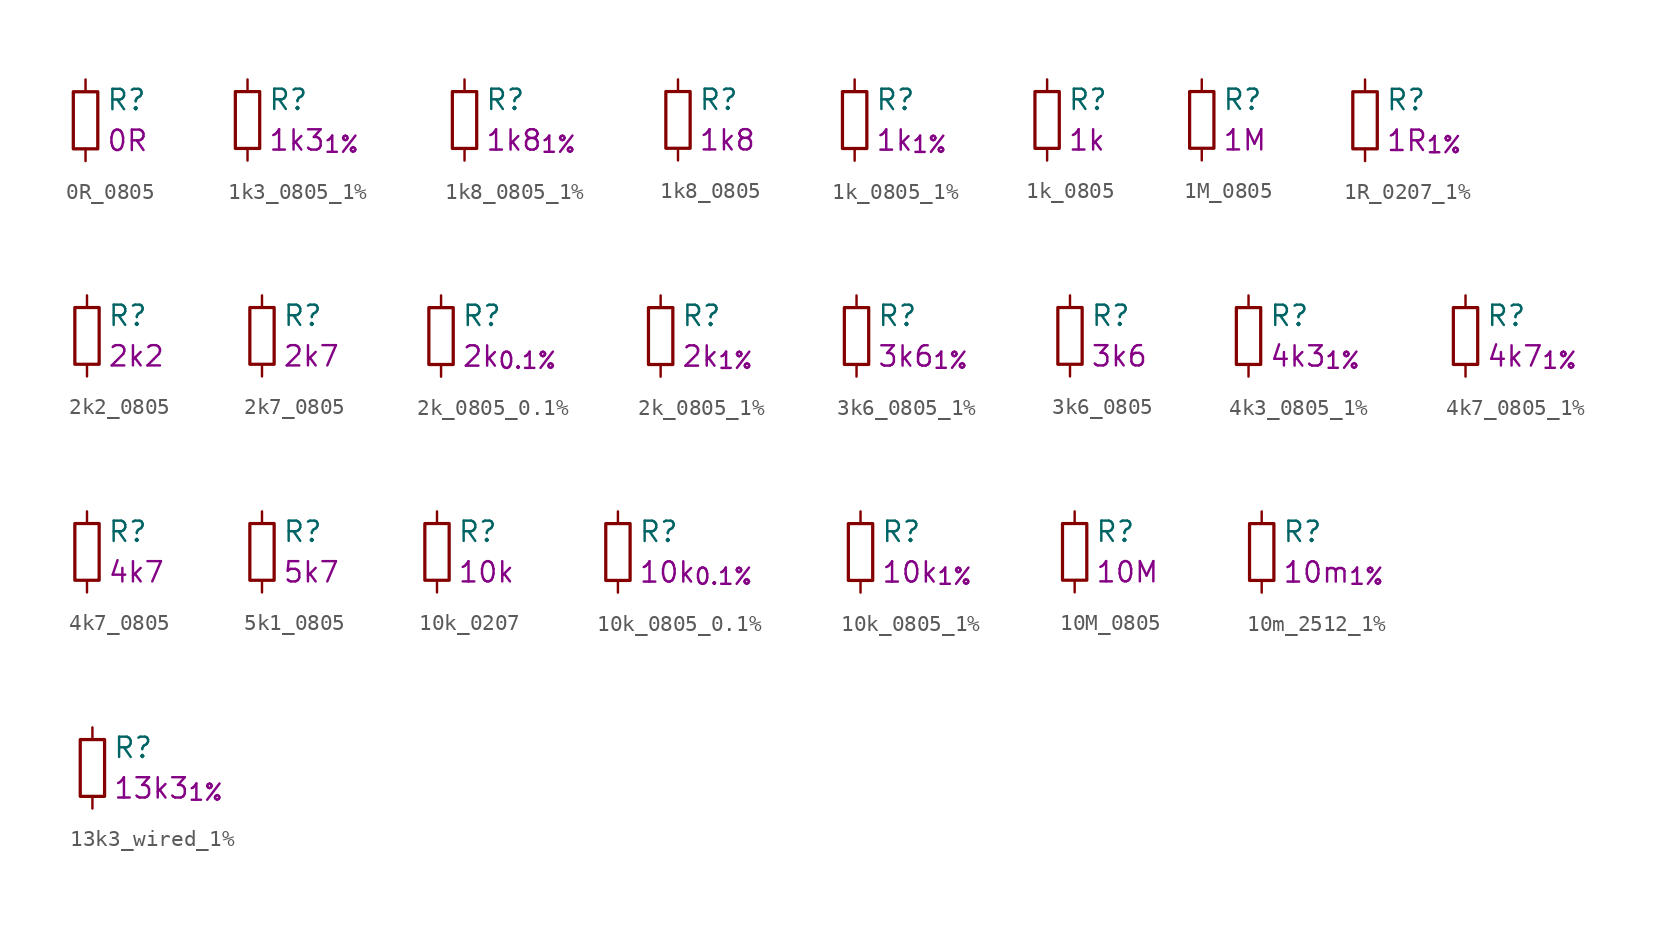
<source format=kicad_sym>
(kicad_symbol_lib
  (version 20241209)
  (generator "kicad_symbol_editor")
  (generator_version "9.0")
  (symbol "0R_0805"
    (pin_numbers
      (hide yes))
    (pin_names
      (offset 0.254)
      (hide yes))
    (property "Reference" "R"
      (at 1.27 1.27 0)
      (effects (font (size 1.27 1.27)) (justify left)))
    (property "Value_" "0R"
      (at 1.27 -1.27 0)
      (effects (font (size 1.27 1.27)) (justify left)))
    (symbol "0R_0805_0_1"
      (rectangle (start -0.762 1.778) (end 0.762 -1.778) (stroke (width 0.203) (type default)) (fill (type none))))
    (symbol "0R_0805_1_1"
      (pin passive line (at 0 2.54 270) (length 0.762) (name "~" (effects (font (size 1.27 1.27)))) (number "1" (effects (font (size 1.27 1.27)))))
      (pin passive line (at 0 -2.54 90) (length 0.762) (name "~" (effects (font (size 1.27 1.27)))) (number "2" (effects (font (size 1.27 1.27)))))))
  (symbol "1k3_0805_1%"
    (pin_numbers
      (hide yes))
    (pin_names
      (offset 0.254)
      (hide yes))
    (property "Reference" "R"
      (at 1.27 1.27 0)
      (effects (font (size 1.27 1.27)) (justify left)))
    (property "Value_" "1k3_{1%}"
      (at 1.27 -1.27 0)
      (effects (font (size 1.27 1.27)) (justify left)))
    (symbol "1k3_0805_1%_0_1"
      (rectangle (start -0.762 1.778) (end 0.762 -1.778) (stroke (width 0.203) (type default)) (fill (type none))))
    (symbol "1k3_0805_1%_1_1"
      (pin passive line (at 0 2.54 270) (length 0.762) (name "~" (effects (font (size 1.27 1.27)))) (number "1" (effects (font (size 1.27 1.27)))))
      (pin passive line (at 0 -2.54 90) (length 0.762) (name "~" (effects (font (size 1.27 1.27)))) (number "2" (effects (font (size 1.27 1.27)))))))
  (symbol "1k8_0805_1%"
    (pin_numbers
      (hide yes))
    (pin_names
      (offset 0.254)
      (hide yes))
    (property "Reference" "R"
      (at 1.27 1.27 0)
      (effects (font (size 1.27 1.27)) (justify left)))
    (property "Value_" "1k8_{1%}"
      (at 1.27 -1.27 0)
      (effects (font (size 1.27 1.27)) (justify left)))
    (symbol "1k8_0805_1%_0_1"
      (rectangle (start -0.762 1.778) (end 0.762 -1.778) (stroke (width 0.203) (type default)) (fill (type none))))
    (symbol "1k8_0805_1%_1_1"
      (pin passive line (at 0 2.54 270) (length 0.762) (name "~" (effects (font (size 1.27 1.27)))) (number "1" (effects (font (size 1.27 1.27)))))
      (pin passive line (at 0 -2.54 90) (length 0.762) (name "~" (effects (font (size 1.27 1.27)))) (number "2" (effects (font (size 1.27 1.27)))))))
  (symbol "1k8_0805"
    (pin_numbers
      (hide yes))
    (pin_names
      (offset 0.254)
      (hide yes))
    (property "Reference" "R"
      (at 1.27 1.27 0)
      (effects (font (size 1.27 1.27)) (justify left)))
    (property "Value_" "1k8"
      (at 1.27 -1.27 0)
      (effects (font (size 1.27 1.27)) (justify left)))
    (symbol "1k8_0805_0_1"
      (rectangle (start -0.762 1.778) (end 0.762 -1.778) (stroke (width 0.203) (type default)) (fill (type none))))
    (symbol "1k8_0805_1_1"
      (pin passive line (at 0 2.54 270) (length 0.762) (name "~" (effects (font (size 1.27 1.27)))) (number "1" (effects (font (size 1.27 1.27)))))
      (pin passive line (at 0 -2.54 90) (length 0.762) (name "~" (effects (font (size 1.27 1.27)))) (number "2" (effects (font (size 1.27 1.27)))))))
  (symbol "1k_0805_1%"
    (pin_numbers
      (hide yes))
    (pin_names
      (offset 0.254)
      (hide yes))
    (property "Reference" "R"
      (at 1.27 1.27 0)
      (effects (font (size 1.27 1.27)) (justify left)))
    (property "Value_" "1k_{1%}"
      (at 1.27 -1.27 0)
      (effects (font (size 1.27 1.27)) (justify left)))
    (symbol "1k_0805_1%_0_1"
      (rectangle (start -0.762 1.778) (end 0.762 -1.778) (stroke (width 0.203) (type default)) (fill (type none))))
    (symbol "1k_0805_1%_1_1"
      (pin passive line (at 0 2.54 270) (length 0.762) (name "~" (effects (font (size 1.27 1.27)))) (number "1" (effects (font (size 1.27 1.27)))))
      (pin passive line (at 0 -2.54 90) (length 0.762) (name "~" (effects (font (size 1.27 1.27)))) (number "2" (effects (font (size 1.27 1.27)))))))
  (symbol "1k_0805"
    (pin_numbers
      (hide yes))
    (pin_names
      (offset 0.254)
      (hide yes))
    (property "Reference" "R"
      (at 1.27 1.27 0)
      (effects (font (size 1.27 1.27)) (justify left)))
    (property "Value_" "1k"
      (at 1.27 -1.27 0)
      (effects (font (size 1.27 1.27)) (justify left)))
    (symbol "1k_0805_0_1"
      (rectangle (start -0.762 1.778) (end 0.762 -1.778) (stroke (width 0.203) (type default)) (fill (type none))))
    (symbol "1k_0805_1_1"
      (pin passive line (at 0 2.54 270) (length 0.762) (name "~" (effects (font (size 1.27 1.27)))) (number "1" (effects (font (size 1.27 1.27)))))
      (pin passive line (at 0 -2.54 90) (length 0.762) (name "~" (effects (font (size 1.27 1.27)))) (number "2" (effects (font (size 1.27 1.27)))))))
  (symbol "1M_0805"
    (pin_numbers
      (hide yes))
    (pin_names
      (offset 0.254)
      (hide yes))
    (property "Reference" "R"
      (at 1.27 1.27 0)
      (effects (font (size 1.27 1.27)) (justify left)))
    (property "Value_" "1M"
      (at 1.27 -1.27 0)
      (effects (font (size 1.27 1.27)) (justify left)))
    (symbol "1M_0805_0_1"
      (rectangle (start -0.762 1.778) (end 0.762 -1.778) (stroke (width 0.203) (type default)) (fill (type none))))
    (symbol "1M_0805_1_1"
      (pin passive line (at 0 2.54 270) (length 0.762) (name "~" (effects (font (size 1.27 1.27)))) (number "1" (effects (font (size 1.27 1.27)))))
      (pin passive line (at 0 -2.54 90) (length 0.762) (name "~" (effects (font (size 1.27 1.27)))) (number "2" (effects (font (size 1.27 1.27)))))))
  (symbol "1R_0207_1%"
    (pin_numbers
      (hide yes))
    (pin_names
      (offset 0.254)
      (hide yes))
    (property "Reference" "R"
      (at 1.27 1.27 0)
      (effects (font (size 1.27 1.27)) (justify left)))
    (property "Value_" "1R_{1%}"
      (at 1.27 -1.27 0)
      (effects (font (size 1.27 1.27)) (justify left)))
    (symbol "1R_0207_1%_0_1"
      (rectangle (start -0.762 1.778) (end 0.762 -1.778) (stroke (width 0.203) (type default)) (fill (type none))))
    (symbol "1R_0207_1%_1_1"
      (pin passive line (at 0 2.54 270) (length 0.762) (name "~" (effects (font (size 1.27 1.27)))) (number "1" (effects (font (size 1.27 1.27)))))
      (pin passive line (at 0 -2.54 90) (length 0.762) (name "~" (effects (font (size 1.27 1.27)))) (number "2" (effects (font (size 1.27 1.27)))))))
  (symbol "2k2_0805"
    (pin_numbers
      (hide yes))
    (pin_names
      (offset 0.254)
      (hide yes))
    (property "Reference" "R"
      (at 1.27 1.27 0)
      (effects (font (size 1.27 1.27)) (justify left)))
    (property "Value_" "2k2"
      (at 1.27 -1.27 0)
      (effects (font (size 1.27 1.27)) (justify left)))
    (symbol "2k2_0805_0_1"
      (rectangle (start -0.762 1.778) (end 0.762 -1.778) (stroke (width 0.203) (type default)) (fill (type none))))
    (symbol "2k2_0805_1_1"
      (pin passive line (at 0 2.54 270) (length 0.762) (name "~" (effects (font (size 1.27 1.27)))) (number "1" (effects (font (size 1.27 1.27)))))
      (pin passive line (at 0 -2.54 90) (length 0.762) (name "~" (effects (font (size 1.27 1.27)))) (number "2" (effects (font (size 1.27 1.27)))))))
  (symbol "2k7_0805"
    (pin_numbers
      (hide yes))
    (pin_names
      (offset 0.254)
      (hide yes))
    (property "Reference" "R"
      (at 1.27 1.27 0)
      (effects (font (size 1.27 1.27)) (justify left)))
    (property "Value_" "2k7"
      (at 1.27 -1.27 0)
      (effects (font (size 1.27 1.27)) (justify left)))
    (symbol "2k7_0805_0_1"
      (rectangle (start -0.762 1.778) (end 0.762 -1.778) (stroke (width 0.203) (type default)) (fill (type none))))
    (symbol "2k7_0805_1_1"
      (pin passive line (at 0 2.54 270) (length 0.762) (name "~" (effects (font (size 1.27 1.27)))) (number "1" (effects (font (size 1.27 1.27)))))
      (pin passive line (at 0 -2.54 90) (length 0.762) (name "~" (effects (font (size 1.27 1.27)))) (number "2" (effects (font (size 1.27 1.27)))))))
  (symbol "2k_0805_0.1%"
    (pin_numbers
      (hide yes))
    (pin_names
      (offset 0.254)
      (hide yes))
    (property "Reference" "R"
      (at 1.27 1.27 0)
      (effects (font (size 1.27 1.27)) (justify left)))
    (property "Value_" "2k_{0.1%}"
      (at 1.27 -1.27 0)
      (effects (font (size 1.27 1.27)) (justify left)))
    (symbol "2k_0805_0.1%_0_1"
      (rectangle (start -0.762 1.778) (end 0.762 -1.778) (stroke (width 0.203) (type default)) (fill (type none))))
    (symbol "2k_0805_0.1%_1_1"
      (pin passive line (at 0 2.54 270) (length 0.762) (name "~" (effects (font (size 1.27 1.27)))) (number "1" (effects (font (size 1.27 1.27)))))
      (pin passive line (at 0 -2.54 90) (length 0.762) (name "~" (effects (font (size 1.27 1.27)))) (number "2" (effects (font (size 1.27 1.27)))))))
  (symbol "2k_0805_1%"
    (pin_numbers
      (hide yes))
    (pin_names
      (offset 0.254)
      (hide yes))
    (property "Reference" "R"
      (at 1.27 1.27 0)
      (effects (font (size 1.27 1.27)) (justify left)))
    (property "Value_" "2k_{1%}"
      (at 1.27 -1.27 0)
      (effects (font (size 1.27 1.27)) (justify left)))
    (symbol "2k_0805_1%_0_1"
      (rectangle (start -0.762 1.778) (end 0.762 -1.778) (stroke (width 0.203) (type default)) (fill (type none))))
    (symbol "2k_0805_1%_1_1"
      (pin passive line (at 0 2.54 270) (length 0.762) (name "~" (effects (font (size 1.27 1.27)))) (number "1" (effects (font (size 1.27 1.27)))))
      (pin passive line (at 0 -2.54 90) (length 0.762) (name "~" (effects (font (size 1.27 1.27)))) (number "2" (effects (font (size 1.27 1.27)))))))
  (symbol "3k6_0805_1%"
    (pin_numbers
      (hide yes))
    (pin_names
      (offset 0.254)
      (hide yes))
    (property "Reference" "R"
      (at 1.27 1.27 0)
      (effects (font (size 1.27 1.27)) (justify left)))
    (property "Value_" "3k6_{1%}"
      (at 1.27 -1.27 0)
      (effects (font (size 1.27 1.27)) (justify left)))
    (symbol "3k6_0805_1%_0_1"
      (rectangle (start -0.762 1.778) (end 0.762 -1.778) (stroke (width 0.203) (type default)) (fill (type none))))
    (symbol "3k6_0805_1%_1_1"
      (pin passive line (at 0 2.54 270) (length 0.762) (name "~" (effects (font (size 1.27 1.27)))) (number "1" (effects (font (size 1.27 1.27)))))
      (pin passive line (at 0 -2.54 90) (length 0.762) (name "~" (effects (font (size 1.27 1.27)))) (number "2" (effects (font (size 1.27 1.27)))))))
  (symbol "3k6_0805"
    (pin_numbers
      (hide yes))
    (pin_names
      (offset 0.254)
      (hide yes))
    (property "Reference" "R"
      (at 1.27 1.27 0)
      (effects (font (size 1.27 1.27)) (justify left)))
    (property "Value_" "3k6"
      (at 1.27 -1.27 0)
      (effects (font (size 1.27 1.27)) (justify left)))
    (symbol "3k6_0805_0_1"
      (rectangle (start -0.762 1.778) (end 0.762 -1.778) (stroke (width 0.203) (type default)) (fill (type none))))
    (symbol "3k6_0805_1_1"
      (pin passive line (at 0 2.54 270) (length 0.762) (name "~" (effects (font (size 1.27 1.27)))) (number "1" (effects (font (size 1.27 1.27)))))
      (pin passive line (at 0 -2.54 90) (length 0.762) (name "~" (effects (font (size 1.27 1.27)))) (number "2" (effects (font (size 1.27 1.27)))))))
  (symbol "4k3_0805_1%"
    (pin_numbers
      (hide yes))
    (pin_names
      (offset 0.254)
      (hide yes))
    (property "Reference" "R"
      (at 1.27 1.27 0)
      (effects (font (size 1.27 1.27)) (justify left)))
    (property "Value_" "4k3_{1%}"
      (at 1.27 -1.27 0)
      (effects (font (size 1.27 1.27)) (justify left)))
    (symbol "4k3_0805_1%_0_1"
      (rectangle (start -0.762 1.778) (end 0.762 -1.778) (stroke (width 0.203) (type default)) (fill (type none))))
    (symbol "4k3_0805_1%_1_1"
      (pin passive line (at 0 2.54 270) (length 0.762) (name "~" (effects (font (size 1.27 1.27)))) (number "1" (effects (font (size 1.27 1.27)))))
      (pin passive line (at 0 -2.54 90) (length 0.762) (name "~" (effects (font (size 1.27 1.27)))) (number "2" (effects (font (size 1.27 1.27)))))))
  (symbol "4k7_0805_1%"
    (pin_numbers
      (hide yes))
    (pin_names
      (offset 0.254)
      (hide yes))
    (property "Reference" "R"
      (at 1.27 1.27 0)
      (effects (font (size 1.27 1.27)) (justify left)))
    (property "Value_" "4k7_{1%}"
      (at 1.27 -1.27 0)
      (effects (font (size 1.27 1.27)) (justify left)))
    (symbol "4k7_0805_1%_0_1"
      (rectangle (start -0.762 1.778) (end 0.762 -1.778) (stroke (width 0.203) (type default)) (fill (type none))))
    (symbol "4k7_0805_1%_1_1"
      (pin passive line (at 0 2.54 270) (length 0.762) (name "~" (effects (font (size 1.27 1.27)))) (number "1" (effects (font (size 1.27 1.27)))))
      (pin passive line (at 0 -2.54 90) (length 0.762) (name "~" (effects (font (size 1.27 1.27)))) (number "2" (effects (font (size 1.27 1.27)))))))
  (symbol "4k7_0805"
    (pin_numbers
      (hide yes))
    (pin_names
      (offset 0.254)
      (hide yes))
    (property "Reference" "R"
      (at 1.27 1.27 0)
      (effects (font (size 1.27 1.27)) (justify left)))
    (property "Value_" "4k7"
      (at 1.27 -1.27 0)
      (effects (font (size 1.27 1.27)) (justify left)))
    (symbol "4k7_0805_0_1"
      (rectangle (start -0.762 1.778) (end 0.762 -1.778) (stroke (width 0.203) (type default)) (fill (type none))))
    (symbol "4k7_0805_1_1"
      (pin passive line (at 0 2.54 270) (length 0.762) (name "~" (effects (font (size 1.27 1.27)))) (number "1" (effects (font (size 1.27 1.27)))))
      (pin passive line (at 0 -2.54 90) (length 0.762) (name "~" (effects (font (size 1.27 1.27)))) (number "2" (effects (font (size 1.27 1.27)))))))
  (symbol "5k1_0805"
    (pin_numbers
      (hide yes))
    (pin_names
      (offset 0.254)
      (hide yes))
    (property "Reference" "R"
      (at 1.27 1.27 0)
      (effects (font (size 1.27 1.27)) (justify left)))
    (property "Value_" "5k7"
      (at 1.27 -1.27 0)
      (effects (font (size 1.27 1.27)) (justify left)))
    (symbol "5k1_0805_0_1"
      (rectangle (start -0.762 1.778) (end 0.762 -1.778) (stroke (width 0.203) (type default)) (fill (type none))))
    (symbol "5k1_0805_1_1"
      (pin passive line (at 0 2.54 270) (length 0.762) (name "~" (effects (font (size 1.27 1.27)))) (number "1" (effects (font (size 1.27 1.27)))))
      (pin passive line (at 0 -2.54 90) (length 0.762) (name "~" (effects (font (size 1.27 1.27)))) (number "2" (effects (font (size 1.27 1.27)))))))
  (symbol "10k_0207"
    (pin_numbers
      (hide yes))
    (pin_names
      (offset 0.254)
      (hide yes))
    (property "Reference" "R"
      (at 1.27 1.27 0)
      (effects (font (size 1.27 1.27)) (justify left)))
    (property "Value_" "10k"
      (at 1.27 -1.27 0)
      (effects (font (size 1.27 1.27)) (justify left)))
    (symbol "10k_0207_0_1"
      (rectangle (start -0.762 1.778) (end 0.762 -1.778) (stroke (width 0.203) (type default)) (fill (type none))))
    (symbol "10k_0207_1_1"
      (pin passive line (at 0 2.54 270) (length 0.762) (name "~" (effects (font (size 1.27 1.27)))) (number "1" (effects (font (size 1.27 1.27)))))
      (pin passive line (at 0 -2.54 90) (length 0.762) (name "~" (effects (font (size 1.27 1.27)))) (number "2" (effects (font (size 1.27 1.27)))))))
  (symbol "10k_0805_0.1%"
    (pin_numbers
      (hide yes))
    (pin_names
      (offset 0.254)
      (hide yes))
    (property "Reference" "R"
      (at 1.27 1.27 0)
      (effects (font (size 1.27 1.27)) (justify left)))
    (property "Value_" "10k_{0.1%}"
      (at 1.27 -1.27 0)
      (effects (font (size 1.27 1.27)) (justify left)))
    (symbol "10k_0805_0.1%_0_1"
      (rectangle (start -0.762 1.778) (end 0.762 -1.778) (stroke (width 0.203) (type default)) (fill (type none))))
    (symbol "10k_0805_0.1%_1_1"
      (pin passive line (at 0 2.54 270) (length 0.762) (name "~" (effects (font (size 1.27 1.27)))) (number "1" (effects (font (size 1.27 1.27)))))
      (pin passive line (at 0 -2.54 90) (length 0.762) (name "~" (effects (font (size 1.27 1.27)))) (number "2" (effects (font (size 1.27 1.27)))))))
  (symbol "10k_0805_1%"
    (pin_numbers
      (hide yes))
    (pin_names
      (offset 0.254)
      (hide yes))
    (property "Reference" "R"
      (at 1.27 1.27 0)
      (effects (font (size 1.27 1.27)) (justify left)))
    (property "Value_" "10k_{1%}"
      (at 1.27 -1.27 0)
      (effects (font (size 1.27 1.27)) (justify left)))
    (symbol "10k_0805_1%_0_1"
      (rectangle (start -0.762 1.778) (end 0.762 -1.778) (stroke (width 0.203) (type default)) (fill (type none))))
    (symbol "10k_0805_1%_1_1"
      (pin passive line (at 0 2.54 270) (length 0.762) (name "~" (effects (font (size 1.27 1.27)))) (number "1" (effects (font (size 1.27 1.27)))))
      (pin passive line (at 0 -2.54 90) (length 0.762) (name "~" (effects (font (size 1.27 1.27)))) (number "2" (effects (font (size 1.27 1.27)))))))
  (symbol "10M_0805"
    (pin_numbers
      (hide yes))
    (pin_names
      (offset 0.254)
      (hide yes))
    (property "Reference" "R"
      (at 1.27 1.27 0)
      (effects (font (size 1.27 1.27)) (justify left)))
    (property "Value_" "10M"
      (at 1.27 -1.27 0)
      (effects (font (size 1.27 1.27)) (justify left)))
    (symbol "10M_0805_0_1"
      (rectangle (start -0.762 1.778) (end 0.762 -1.778) (stroke (width 0.203) (type default)) (fill (type none))))
    (symbol "10M_0805_1_1"
      (pin passive line (at 0 2.54 270) (length 0.762) (name "~" (effects (font (size 1.27 1.27)))) (number "1" (effects (font (size 1.27 1.27)))))
      (pin passive line (at 0 -2.54 90) (length 0.762) (name "~" (effects (font (size 1.27 1.27)))) (number "2" (effects (font (size 1.27 1.27)))))))
  (symbol "10m_2512_1%"
    (pin_numbers
      (hide yes))
    (pin_names
      (offset 0.254)
      (hide yes))
    (property "Reference" "R"
      (at 1.27 1.27 0)
      (effects (font (size 1.27 1.27)) (justify left)))
    (property "Value_" "10m_{1%}"
      (at 1.27 -1.27 0)
      (effects (font (size 1.27 1.27)) (justify left)))
    (symbol "10m_2512_1%_0_1"
      (rectangle (start -0.762 1.778) (end 0.762 -1.778) (stroke (width 0.203) (type default)) (fill (type none))))
    (symbol "10m_2512_1%_1_1"
      (pin passive line (at 0 2.54 270) (length 0.762) (name "~" (effects (font (size 1.27 1.27)))) (number "1" (effects (font (size 1.27 1.27)))))
      (pin passive line (at 0 -2.54 90) (length 0.762) (name "~" (effects (font (size 1.27 1.27)))) (number "2" (effects (font (size 1.27 1.27)))))))
  (symbol "13k3_wired_1%"
    (pin_numbers
      (hide yes))
    (pin_names
      (offset 0.254)
      (hide yes))
    (property "Reference" "R"
      (at 1.27 1.27 0)
      (effects (font (size 1.27 1.27)) (justify left)))
    (property "Value_" "13k3_{1%}"
      (at 1.27 -1.27 0)
      (effects (font (size 1.27 1.27)) (justify left)))
    (symbol "13k3_wired_1%_0_1"
      (rectangle (start -0.762 1.778) (end 0.762 -1.778) (stroke (width 0.203) (type default)) (fill (type none))))
    (symbol "13k3_wired_1%_1_1"
      (pin passive line (at 0 2.54 270) (length 0.762) (name "~" (effects (font (size 1.27 1.27)))) (number "1" (effects (font (size 1.27 1.27)))))
      (pin passive line (at 0 -2.54 90) (length 0.762) (name "~" (effects (font (size 1.27 1.27)))) (number "2" (effects (font (size 1.27 1.27))))))))
</source>
